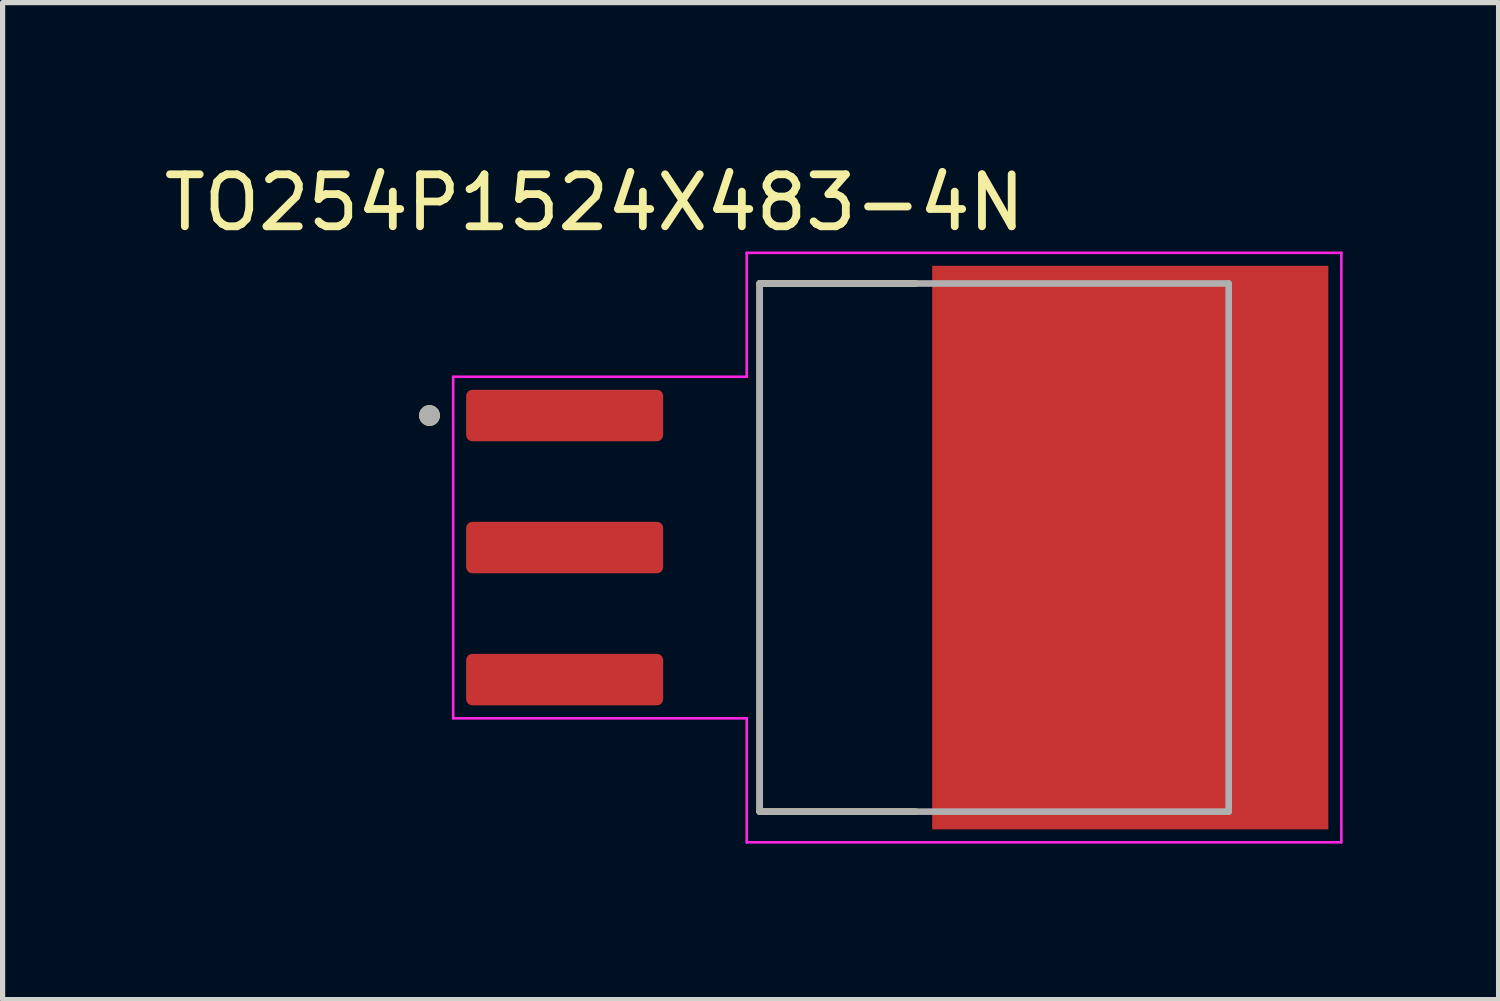
<source format=kicad_pcb>
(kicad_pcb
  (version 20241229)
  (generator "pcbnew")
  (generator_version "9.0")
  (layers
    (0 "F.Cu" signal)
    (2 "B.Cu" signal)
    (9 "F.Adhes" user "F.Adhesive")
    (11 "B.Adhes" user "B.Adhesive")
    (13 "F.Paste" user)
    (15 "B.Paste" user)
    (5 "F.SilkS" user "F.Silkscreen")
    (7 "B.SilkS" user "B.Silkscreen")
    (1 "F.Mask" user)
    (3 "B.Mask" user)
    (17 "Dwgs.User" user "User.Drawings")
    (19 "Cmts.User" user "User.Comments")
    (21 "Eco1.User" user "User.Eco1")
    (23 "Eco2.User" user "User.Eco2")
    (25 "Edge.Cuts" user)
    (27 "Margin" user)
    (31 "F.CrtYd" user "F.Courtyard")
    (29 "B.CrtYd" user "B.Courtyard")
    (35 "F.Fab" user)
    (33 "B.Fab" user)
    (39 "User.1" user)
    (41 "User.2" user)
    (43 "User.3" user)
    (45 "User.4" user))
  (footprint "TO254P1524X483-4N"
    (layer "F.Cu")
    (at 14.212 7.483)
    (property "Reference" "TO254P1524X483-4N" (at -5.825 -6.635 0) (layer "F.SilkS") (effects (font (size 1 1) (thickness 0.15))))
    (attr smd)
    (fp_line (start -2.648 -5.08) (end -2.648 5.08) (stroke (width 0.127) (type solid)) (layer "F.SilkS"))
    (fp_line (start -2.648 5.08) (end 0.35 5.08) (stroke (width 0.127) (type solid)) (layer "F.SilkS"))
    (fp_line (start 0.35 -5.08) (end -2.648 -5.08) (stroke (width 0.127) (type solid)) (layer "F.SilkS"))
    (fp_circle (center -9 -2.54) (end -8.9 -2.54) (stroke (width 0.2) (type solid)) (fill no) (layer "F.SilkS"))
    (fp_poly (pts (xy 1.215 -5.13) (xy 2.665 -5.13) (xy 2.665 -3.87) (xy 1.215 -3.87)) (stroke (width 0.01) (type solid)) (fill yes) (layer "F.Paste"))
    (fp_poly (pts (xy 1.215 -3.33) (xy 2.665 -3.33) (xy 2.665 -2.07) (xy 1.215 -2.07)) (stroke (width 0.01) (type solid)) (fill yes) (layer "F.Paste"))
    (fp_poly (pts (xy 1.215 -1.53) (xy 2.665 -1.53) (xy 2.665 -0.27) (xy 1.215 -0.27)) (stroke (width 0.01) (type solid)) (fill yes) (layer "F.Paste"))
    (fp_poly (pts (xy 1.215 0.27) (xy 2.665 0.27) (xy 2.665 1.53) (xy 1.215 1.53)) (stroke (width 0.01) (type solid)) (fill yes) (layer "F.Paste"))
    (fp_poly (pts (xy 1.215 2.07) (xy 2.665 2.07) (xy 2.665 3.33) (xy 1.215 3.33)) (stroke (width 0.01) (type solid)) (fill yes) (layer "F.Paste"))
    (fp_poly (pts (xy 1.215 3.87) (xy 2.665 3.87) (xy 2.665 5.13) (xy 1.215 5.13)) (stroke (width 0.01) (type solid)) (fill yes) (layer "F.Paste"))
    (fp_poly (pts (xy 3.755 -5.13) (xy 5.205 -5.13) (xy 5.205 -3.87) (xy 3.755 -3.87)) (stroke (width 0.01) (type solid)) (fill yes) (layer "F.Paste"))
    (fp_poly (pts (xy 3.755 -3.33) (xy 5.205 -3.33) (xy 5.205 -2.07) (xy 3.755 -2.07)) (stroke (width 0.01) (type solid)) (fill yes) (layer "F.Paste"))
    (fp_poly (pts (xy 3.755 -1.53) (xy 5.205 -1.53) (xy 5.205 -0.27) (xy 3.755 -0.27)) (stroke (width 0.01) (type solid)) (fill yes) (layer "F.Paste"))
    (fp_poly (pts (xy 3.755 0.27) (xy 5.205 0.27) (xy 5.205 1.53) (xy 3.755 1.53)) (stroke (width 0.01) (type solid)) (fill yes) (layer "F.Paste"))
    (fp_poly (pts (xy 3.755 2.07) (xy 5.205 2.07) (xy 5.205 3.33) (xy 3.755 3.33)) (stroke (width 0.01) (type solid)) (fill yes) (layer "F.Paste"))
    (fp_poly (pts (xy 3.755 3.87) (xy 5.205 3.87) (xy 5.205 5.13) (xy 3.755 5.13)) (stroke (width 0.01) (type solid)) (fill yes) (layer "F.Paste"))
    (fp_poly (pts (xy 6.295 -5.13) (xy 7.745 -5.13) (xy 7.745 -3.87) (xy 6.295 -3.87)) (stroke (width 0.01) (type solid)) (fill yes) (layer "F.Paste"))
    (fp_poly (pts (xy 6.295 -3.33) (xy 7.745 -3.33) (xy 7.745 -2.07) (xy 6.295 -2.07)) (stroke (width 0.01) (type solid)) (fill yes) (layer "F.Paste"))
    (fp_poly (pts (xy 6.295 -1.53) (xy 7.745 -1.53) (xy 7.745 -0.27) (xy 6.295 -0.27)) (stroke (width 0.01) (type solid)) (fill yes) (layer "F.Paste"))
    (fp_poly (pts (xy 6.295 0.27) (xy 7.745 0.27) (xy 7.745 1.53) (xy 6.295 1.53)) (stroke (width 0.01) (type solid)) (fill yes) (layer "F.Paste"))
    (fp_poly (pts (xy 6.295 2.07) (xy 7.745 2.07) (xy 7.745 3.33) (xy 6.295 3.33)) (stroke (width 0.01) (type solid)) (fill yes) (layer "F.Paste"))
    (fp_poly (pts (xy 6.295 3.87) (xy 7.745 3.87) (xy 7.745 5.13) (xy 6.295 5.13)) (stroke (width 0.01) (type solid)) (fill yes) (layer "F.Paste"))
    (fp_line (start -8.545 -3.285) (end -8.545 3.285) (stroke (width 0.05) (type solid)) (layer "F.CrtYd"))
    (fp_line (start -8.545 3.285) (end -2.898 3.285) (stroke (width 0.05) (type solid)) (layer "F.CrtYd"))
    (fp_line (start -2.898 -5.67) (end -2.898 -3.285) (stroke (width 0.05) (type solid)) (layer "F.CrtYd"))
    (fp_line (start -2.898 -3.285) (end -8.545 -3.285) (stroke (width 0.05) (type solid)) (layer "F.CrtYd"))
    (fp_line (start -2.898 3.285) (end -2.898 5.67) (stroke (width 0.05) (type solid)) (layer "F.CrtYd"))
    (fp_line (start -2.898 5.67) (end 8.54 5.67) (stroke (width 0.05) (type solid)) (layer "F.CrtYd"))
    (fp_line (start 8.54 -5.67) (end -2.898 -5.67) (stroke (width 0.05) (type solid)) (layer "F.CrtYd"))
    (fp_line (start 8.54 5.67) (end 8.54 -5.67) (stroke (width 0.05) (type solid)) (layer "F.CrtYd"))
    (fp_line (start -2.648 -5.08) (end 6.373 -5.08) (stroke (width 0.127) (type solid)) (layer "F.Fab"))
    (fp_line (start -2.648 5.08) (end -2.648 -5.08) (stroke (width 0.127) (type solid)) (layer "F.Fab"))
    (fp_line (start 6.373 -5.08) (end 6.373 5.08) (stroke (width 0.127) (type solid)) (layer "F.Fab"))
    (fp_line (start 6.373 5.08) (end -2.648 5.08) (stroke (width 0.127) (type solid)) (layer "F.Fab"))
    (fp_circle (center -9 -2.54) (end -8.9 -2.54) (stroke (width 0.2) (type solid)) (fill no) (layer "F.Fab"))
    (pad "1" smd roundrect (at -6.4 -2.54) (size 3.79 0.99) (layers "F.Cu" "F.Mask" "F.Paste") (roundrect_rratio 0.12))
    (pad "2" smd roundrect (at -6.4 0) (size 3.79 0.99) (layers "F.Cu" "F.Mask" "F.Paste") (roundrect_rratio 0.12))
    (pad "3" smd roundrect (at -6.4 2.54) (size 3.79 0.99) (layers "F.Cu" "F.Mask" "F.Paste") (roundrect_rratio 0.12))
    (pad "4" smd rect (at 4.48 0) (size 7.62 10.84) (layers "F.Cu" "F.Mask")))
  (gr_rect
    (start -3 -3)
    (end 25.777 16.178)
    (stroke (width 0.1) (type default))
    (fill no)
    (layer "Edge.Cuts")))
</source>
